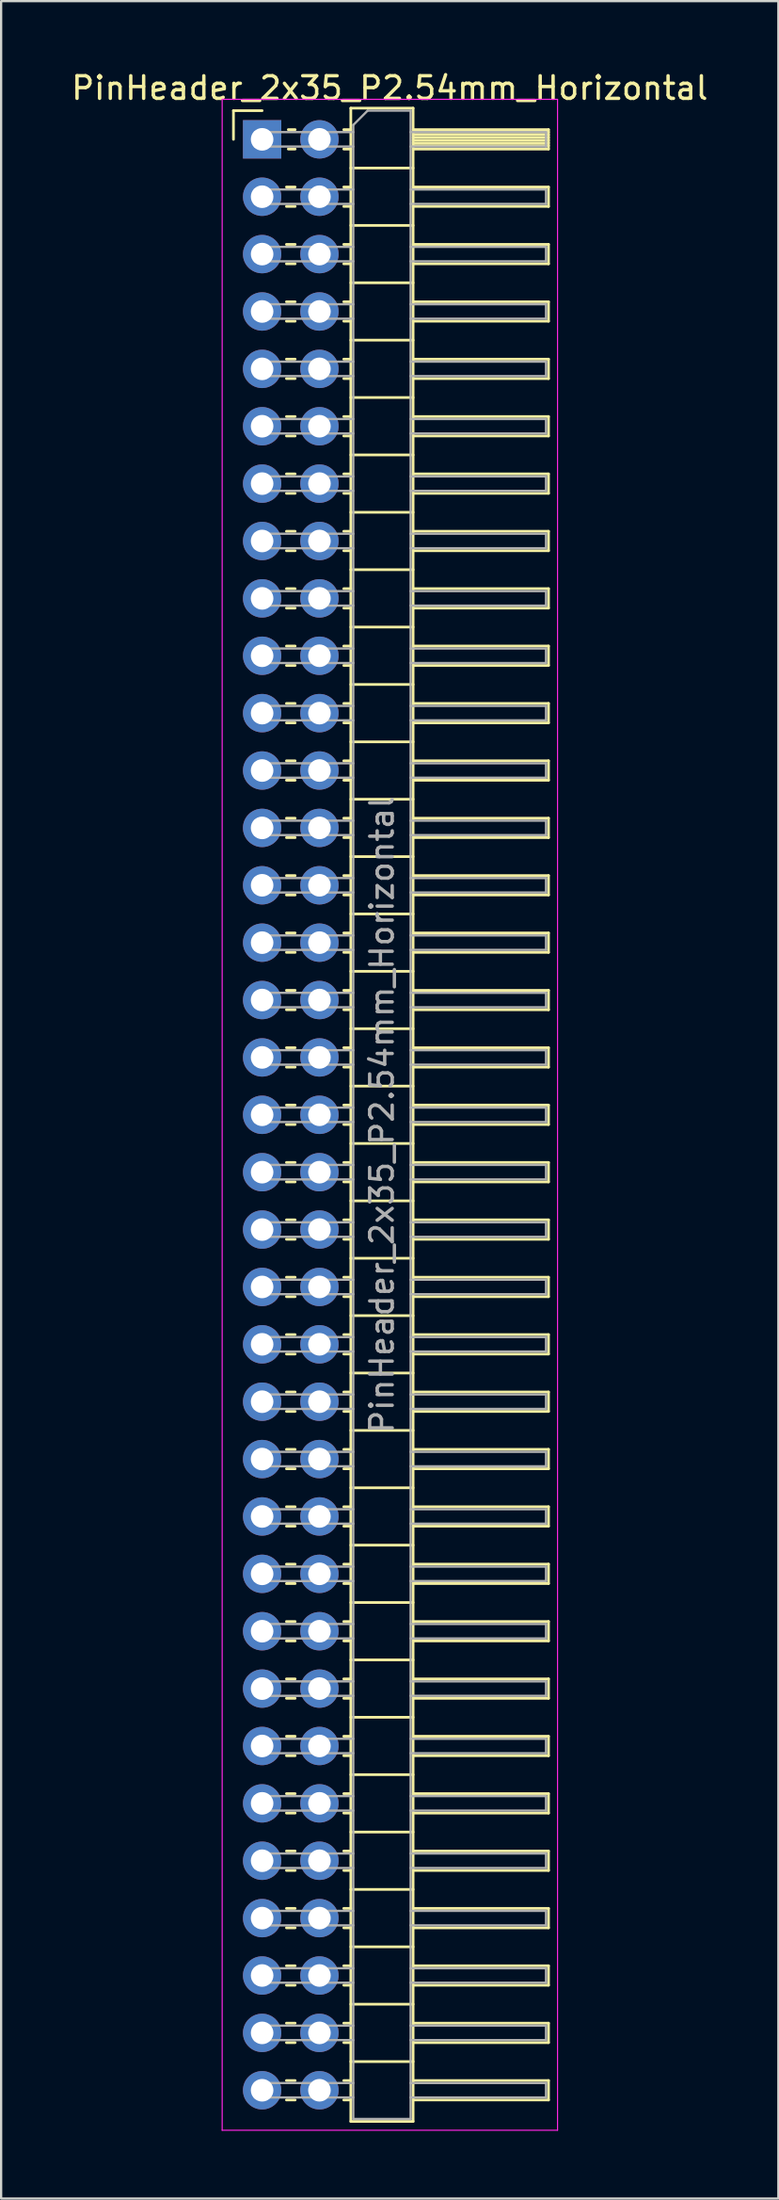
<source format=kicad_pcb>
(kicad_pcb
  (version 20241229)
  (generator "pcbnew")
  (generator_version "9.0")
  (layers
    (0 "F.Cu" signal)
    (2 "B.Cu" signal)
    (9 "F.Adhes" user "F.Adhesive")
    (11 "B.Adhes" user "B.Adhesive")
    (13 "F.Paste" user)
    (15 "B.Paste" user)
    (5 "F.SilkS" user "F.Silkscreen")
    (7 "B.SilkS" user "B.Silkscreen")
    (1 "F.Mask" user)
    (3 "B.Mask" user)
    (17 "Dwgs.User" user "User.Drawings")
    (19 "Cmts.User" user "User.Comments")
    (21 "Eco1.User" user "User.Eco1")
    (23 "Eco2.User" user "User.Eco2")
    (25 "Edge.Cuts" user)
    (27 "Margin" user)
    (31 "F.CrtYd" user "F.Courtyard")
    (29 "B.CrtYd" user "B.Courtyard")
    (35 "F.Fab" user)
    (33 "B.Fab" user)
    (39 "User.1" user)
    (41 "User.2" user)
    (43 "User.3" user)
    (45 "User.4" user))
  (footprint "PinHeader_2x35_P2.54mm_Horizontal"
    (layer "F.Cu")
    (at 8.565 3.118)
    (property "Reference" "PinHeader_2x35_P2.54mm_Horizontal" (at 5.655 -2.27 0) (layer "F.SilkS") (effects (font (size 1 1) (thickness 0.15))))
    (attr through_hole)
    (fp_line (start -1.27 -1.27) (end 0 -1.27) (stroke (width 0.12) (type solid)) (layer "F.SilkS"))
    (fp_line (start -1.27 0) (end -1.27 -1.27) (stroke (width 0.12) (type solid)) (layer "F.SilkS"))
    (fp_line (start 1.077 2.11) (end 1.463 2.11) (stroke (width 0.12) (type solid)) (layer "F.SilkS"))
    (fp_line (start 1.077 2.97) (end 1.463 2.97) (stroke (width 0.12) (type solid)) (layer "F.SilkS"))
    (fp_line (start 1.077 4.65) (end 1.463 4.65) (stroke (width 0.12) (type solid)) (layer "F.SilkS"))
    (fp_line (start 1.077 5.51) (end 1.463 5.51) (stroke (width 0.12) (type solid)) (layer "F.SilkS"))
    (fp_line (start 1.077 7.19) (end 1.463 7.19) (stroke (width 0.12) (type solid)) (layer "F.SilkS"))
    (fp_line (start 1.077 8.05) (end 1.463 8.05) (stroke (width 0.12) (type solid)) (layer "F.SilkS"))
    (fp_line (start 1.077 9.73) (end 1.463 9.73) (stroke (width 0.12) (type solid)) (layer "F.SilkS"))
    (fp_line (start 1.077 10.59) (end 1.463 10.59) (stroke (width 0.12) (type solid)) (layer "F.SilkS"))
    (fp_line (start 1.077 12.27) (end 1.463 12.27) (stroke (width 0.12) (type solid)) (layer "F.SilkS"))
    (fp_line (start 1.077 13.13) (end 1.463 13.13) (stroke (width 0.12) (type solid)) (layer "F.SilkS"))
    (fp_line (start 1.077 14.81) (end 1.463 14.81) (stroke (width 0.12) (type solid)) (layer "F.SilkS"))
    (fp_line (start 1.077 15.67) (end 1.463 15.67) (stroke (width 0.12) (type solid)) (layer "F.SilkS"))
    (fp_line (start 1.077 17.35) (end 1.463 17.35) (stroke (width 0.12) (type solid)) (layer "F.SilkS"))
    (fp_line (start 1.077 18.21) (end 1.463 18.21) (stroke (width 0.12) (type solid)) (layer "F.SilkS"))
    (fp_line (start 1.077 19.89) (end 1.463 19.89) (stroke (width 0.12) (type solid)) (layer "F.SilkS"))
    (fp_line (start 1.077 20.75) (end 1.463 20.75) (stroke (width 0.12) (type solid)) (layer "F.SilkS"))
    (fp_line (start 1.077 22.43) (end 1.463 22.43) (stroke (width 0.12) (type solid)) (layer "F.SilkS"))
    (fp_line (start 1.077 23.29) (end 1.463 23.29) (stroke (width 0.12) (type solid)) (layer "F.SilkS"))
    (fp_line (start 1.077 24.97) (end 1.463 24.97) (stroke (width 0.12) (type solid)) (layer "F.SilkS"))
    (fp_line (start 1.077 25.83) (end 1.463 25.83) (stroke (width 0.12) (type solid)) (layer "F.SilkS"))
    (fp_line (start 1.077 27.51) (end 1.463 27.51) (stroke (width 0.12) (type solid)) (layer "F.SilkS"))
    (fp_line (start 1.077 28.37) (end 1.463 28.37) (stroke (width 0.12) (type solid)) (layer "F.SilkS"))
    (fp_line (start 1.077 30.05) (end 1.463 30.05) (stroke (width 0.12) (type solid)) (layer "F.SilkS"))
    (fp_line (start 1.077 30.91) (end 1.463 30.91) (stroke (width 0.12) (type solid)) (layer "F.SilkS"))
    (fp_line (start 1.077 32.59) (end 1.463 32.59) (stroke (width 0.12) (type solid)) (layer "F.SilkS"))
    (fp_line (start 1.077 33.45) (end 1.463 33.45) (stroke (width 0.12) (type solid)) (layer "F.SilkS"))
    (fp_line (start 1.077 35.13) (end 1.463 35.13) (stroke (width 0.12) (type solid)) (layer "F.SilkS"))
    (fp_line (start 1.077 35.99) (end 1.463 35.99) (stroke (width 0.12) (type solid)) (layer "F.SilkS"))
    (fp_line (start 1.077 37.67) (end 1.463 37.67) (stroke (width 0.12) (type solid)) (layer "F.SilkS"))
    (fp_line (start 1.077 38.53) (end 1.463 38.53) (stroke (width 0.12) (type solid)) (layer "F.SilkS"))
    (fp_line (start 1.077 40.21) (end 1.463 40.21) (stroke (width 0.12) (type solid)) (layer "F.SilkS"))
    (fp_line (start 1.077 41.07) (end 1.463 41.07) (stroke (width 0.12) (type solid)) (layer "F.SilkS"))
    (fp_line (start 1.077 42.75) (end 1.463 42.75) (stroke (width 0.12) (type solid)) (layer "F.SilkS"))
    (fp_line (start 1.077 43.61) (end 1.463 43.61) (stroke (width 0.12) (type solid)) (layer "F.SilkS"))
    (fp_line (start 1.077 45.29) (end 1.463 45.29) (stroke (width 0.12) (type solid)) (layer "F.SilkS"))
    (fp_line (start 1.077 46.15) (end 1.463 46.15) (stroke (width 0.12) (type solid)) (layer "F.SilkS"))
    (fp_line (start 1.077 47.83) (end 1.463 47.83) (stroke (width 0.12) (type solid)) (layer "F.SilkS"))
    (fp_line (start 1.077 48.69) (end 1.463 48.69) (stroke (width 0.12) (type solid)) (layer "F.SilkS"))
    (fp_line (start 1.077 50.37) (end 1.463 50.37) (stroke (width 0.12) (type solid)) (layer "F.SilkS"))
    (fp_line (start 1.077 51.23) (end 1.463 51.23) (stroke (width 0.12) (type solid)) (layer "F.SilkS"))
    (fp_line (start 1.077 52.91) (end 1.463 52.91) (stroke (width 0.12) (type solid)) (layer "F.SilkS"))
    (fp_line (start 1.077 53.77) (end 1.463 53.77) (stroke (width 0.12) (type solid)) (layer "F.SilkS"))
    (fp_line (start 1.077 55.45) (end 1.463 55.45) (stroke (width 0.12) (type solid)) (layer "F.SilkS"))
    (fp_line (start 1.077 56.31) (end 1.463 56.31) (stroke (width 0.12) (type solid)) (layer "F.SilkS"))
    (fp_line (start 1.077 57.99) (end 1.463 57.99) (stroke (width 0.12) (type solid)) (layer "F.SilkS"))
    (fp_line (start 1.077 58.85) (end 1.463 58.85) (stroke (width 0.12) (type solid)) (layer "F.SilkS"))
    (fp_line (start 1.077 60.53) (end 1.463 60.53) (stroke (width 0.12) (type solid)) (layer "F.SilkS"))
    (fp_line (start 1.077 61.39) (end 1.463 61.39) (stroke (width 0.12) (type solid)) (layer "F.SilkS"))
    (fp_line (start 1.077 63.07) (end 1.463 63.07) (stroke (width 0.12) (type solid)) (layer "F.SilkS"))
    (fp_line (start 1.077 63.93) (end 1.463 63.93) (stroke (width 0.12) (type solid)) (layer "F.SilkS"))
    (fp_line (start 1.077 65.61) (end 1.463 65.61) (stroke (width 0.12) (type solid)) (layer "F.SilkS"))
    (fp_line (start 1.077 66.47) (end 1.463 66.47) (stroke (width 0.12) (type solid)) (layer "F.SilkS"))
    (fp_line (start 1.077 68.15) (end 1.463 68.15) (stroke (width 0.12) (type solid)) (layer "F.SilkS"))
    (fp_line (start 1.077 69.01) (end 1.463 69.01) (stroke (width 0.12) (type solid)) (layer "F.SilkS"))
    (fp_line (start 1.077 70.69) (end 1.463 70.69) (stroke (width 0.12) (type solid)) (layer "F.SilkS"))
    (fp_line (start 1.077 71.55) (end 1.463 71.55) (stroke (width 0.12) (type solid)) (layer "F.SilkS"))
    (fp_line (start 1.077 73.23) (end 1.463 73.23) (stroke (width 0.12) (type solid)) (layer "F.SilkS"))
    (fp_line (start 1.077 74.09) (end 1.463 74.09) (stroke (width 0.12) (type solid)) (layer "F.SilkS"))
    (fp_line (start 1.077 75.77) (end 1.463 75.77) (stroke (width 0.12) (type solid)) (layer "F.SilkS"))
    (fp_line (start 1.077 76.63) (end 1.463 76.63) (stroke (width 0.12) (type solid)) (layer "F.SilkS"))
    (fp_line (start 1.077 78.31) (end 1.463 78.31) (stroke (width 0.12) (type solid)) (layer "F.SilkS"))
    (fp_line (start 1.077 79.17) (end 1.463 79.17) (stroke (width 0.12) (type solid)) (layer "F.SilkS"))
    (fp_line (start 1.077 80.85) (end 1.463 80.85) (stroke (width 0.12) (type solid)) (layer "F.SilkS"))
    (fp_line (start 1.077 81.71) (end 1.463 81.71) (stroke (width 0.12) (type solid)) (layer "F.SilkS"))
    (fp_line (start 1.077 83.39) (end 1.463 83.39) (stroke (width 0.12) (type solid)) (layer "F.SilkS"))
    (fp_line (start 1.077 84.25) (end 1.463 84.25) (stroke (width 0.12) (type solid)) (layer "F.SilkS"))
    (fp_line (start 1.077 85.93) (end 1.463 85.93) (stroke (width 0.12) (type solid)) (layer "F.SilkS"))
    (fp_line (start 1.077 86.79) (end 1.463 86.79) (stroke (width 0.12) (type solid)) (layer "F.SilkS"))
    (fp_line (start 1.16 -0.43) (end 1.463 -0.43) (stroke (width 0.12) (type solid)) (layer "F.SilkS"))
    (fp_line (start 1.16 0.43) (end 1.463 0.43) (stroke (width 0.12) (type solid)) (layer "F.SilkS"))
    (fp_line (start 3.617 -0.43) (end 3.93 -0.43) (stroke (width 0.12) (type solid)) (layer "F.SilkS"))
    (fp_line (start 3.617 0.43) (end 3.93 0.43) (stroke (width 0.12) (type solid)) (layer "F.SilkS"))
    (fp_line (start 3.617 2.11) (end 3.93 2.11) (stroke (width 0.12) (type solid)) (layer "F.SilkS"))
    (fp_line (start 3.617 2.97) (end 3.93 2.97) (stroke (width 0.12) (type solid)) (layer "F.SilkS"))
    (fp_line (start 3.617 4.65) (end 3.93 4.65) (stroke (width 0.12) (type solid)) (layer "F.SilkS"))
    (fp_line (start 3.617 5.51) (end 3.93 5.51) (stroke (width 0.12) (type solid)) (layer "F.SilkS"))
    (fp_line (start 3.617 7.19) (end 3.93 7.19) (stroke (width 0.12) (type solid)) (layer "F.SilkS"))
    (fp_line (start 3.617 8.05) (end 3.93 8.05) (stroke (width 0.12) (type solid)) (layer "F.SilkS"))
    (fp_line (start 3.617 9.73) (end 3.93 9.73) (stroke (width 0.12) (type solid)) (layer "F.SilkS"))
    (fp_line (start 3.617 10.59) (end 3.93 10.59) (stroke (width 0.12) (type solid)) (layer "F.SilkS"))
    (fp_line (start 3.617 12.27) (end 3.93 12.27) (stroke (width 0.12) (type solid)) (layer "F.SilkS"))
    (fp_line (start 3.617 13.13) (end 3.93 13.13) (stroke (width 0.12) (type solid)) (layer "F.SilkS"))
    (fp_line (start 3.617 14.81) (end 3.93 14.81) (stroke (width 0.12) (type solid)) (layer "F.SilkS"))
    (fp_line (start 3.617 15.67) (end 3.93 15.67) (stroke (width 0.12) (type solid)) (layer "F.SilkS"))
    (fp_line (start 3.617 17.35) (end 3.93 17.35) (stroke (width 0.12) (type solid)) (layer "F.SilkS"))
    (fp_line (start 3.617 18.21) (end 3.93 18.21) (stroke (width 0.12) (type solid)) (layer "F.SilkS"))
    (fp_line (start 3.617 19.89) (end 3.93 19.89) (stroke (width 0.12) (type solid)) (layer "F.SilkS"))
    (fp_line (start 3.617 20.75) (end 3.93 20.75) (stroke (width 0.12) (type solid)) (layer "F.SilkS"))
    (fp_line (start 3.617 22.43) (end 3.93 22.43) (stroke (width 0.12) (type solid)) (layer "F.SilkS"))
    (fp_line (start 3.617 23.29) (end 3.93 23.29) (stroke (width 0.12) (type solid)) (layer "F.SilkS"))
    (fp_line (start 3.617 24.97) (end 3.93 24.97) (stroke (width 0.12) (type solid)) (layer "F.SilkS"))
    (fp_line (start 3.617 25.83) (end 3.93 25.83) (stroke (width 0.12) (type solid)) (layer "F.SilkS"))
    (fp_line (start 3.617 27.51) (end 3.93 27.51) (stroke (width 0.12) (type solid)) (layer "F.SilkS"))
    (fp_line (start 3.617 28.37) (end 3.93 28.37) (stroke (width 0.12) (type solid)) (layer "F.SilkS"))
    (fp_line (start 3.617 30.05) (end 3.93 30.05) (stroke (width 0.12) (type solid)) (layer "F.SilkS"))
    (fp_line (start 3.617 30.91) (end 3.93 30.91) (stroke (width 0.12) (type solid)) (layer "F.SilkS"))
    (fp_line (start 3.617 32.59) (end 3.93 32.59) (stroke (width 0.12) (type solid)) (layer "F.SilkS"))
    (fp_line (start 3.617 33.45) (end 3.93 33.45) (stroke (width 0.12) (type solid)) (layer "F.SilkS"))
    (fp_line (start 3.617 35.13) (end 3.93 35.13) (stroke (width 0.12) (type solid)) (layer "F.SilkS"))
    (fp_line (start 3.617 35.99) (end 3.93 35.99) (stroke (width 0.12) (type solid)) (layer "F.SilkS"))
    (fp_line (start 3.617 37.67) (end 3.93 37.67) (stroke (width 0.12) (type solid)) (layer "F.SilkS"))
    (fp_line (start 3.617 38.53) (end 3.93 38.53) (stroke (width 0.12) (type solid)) (layer "F.SilkS"))
    (fp_line (start 3.617 40.21) (end 3.93 40.21) (stroke (width 0.12) (type solid)) (layer "F.SilkS"))
    (fp_line (start 3.617 41.07) (end 3.93 41.07) (stroke (width 0.12) (type solid)) (layer "F.SilkS"))
    (fp_line (start 3.617 42.75) (end 3.93 42.75) (stroke (width 0.12) (type solid)) (layer "F.SilkS"))
    (fp_line (start 3.617 43.61) (end 3.93 43.61) (stroke (width 0.12) (type solid)) (layer "F.SilkS"))
    (fp_line (start 3.617 45.29) (end 3.93 45.29) (stroke (width 0.12) (type solid)) (layer "F.SilkS"))
    (fp_line (start 3.617 46.15) (end 3.93 46.15) (stroke (width 0.12) (type solid)) (layer "F.SilkS"))
    (fp_line (start 3.617 47.83) (end 3.93 47.83) (stroke (width 0.12) (type solid)) (layer "F.SilkS"))
    (fp_line (start 3.617 48.69) (end 3.93 48.69) (stroke (width 0.12) (type solid)) (layer "F.SilkS"))
    (fp_line (start 3.617 50.37) (end 3.93 50.37) (stroke (width 0.12) (type solid)) (layer "F.SilkS"))
    (fp_line (start 3.617 51.23) (end 3.93 51.23) (stroke (width 0.12) (type solid)) (layer "F.SilkS"))
    (fp_line (start 3.617 52.91) (end 3.93 52.91) (stroke (width 0.12) (type solid)) (layer "F.SilkS"))
    (fp_line (start 3.617 53.77) (end 3.93 53.77) (stroke (width 0.12) (type solid)) (layer "F.SilkS"))
    (fp_line (start 3.617 55.45) (end 3.93 55.45) (stroke (width 0.12) (type solid)) (layer "F.SilkS"))
    (fp_line (start 3.617 56.31) (end 3.93 56.31) (stroke (width 0.12) (type solid)) (layer "F.SilkS"))
    (fp_line (start 3.617 57.99) (end 3.93 57.99) (stroke (width 0.12) (type solid)) (layer "F.SilkS"))
    (fp_line (start 3.617 58.85) (end 3.93 58.85) (stroke (width 0.12) (type solid)) (layer "F.SilkS"))
    (fp_line (start 3.617 60.53) (end 3.93 60.53) (stroke (width 0.12) (type solid)) (layer "F.SilkS"))
    (fp_line (start 3.617 61.39) (end 3.93 61.39) (stroke (width 0.12) (type solid)) (layer "F.SilkS"))
    (fp_line (start 3.617 63.07) (end 3.93 63.07) (stroke (width 0.12) (type solid)) (layer "F.SilkS"))
    (fp_line (start 3.617 63.93) (end 3.93 63.93) (stroke (width 0.12) (type solid)) (layer "F.SilkS"))
    (fp_line (start 3.617 65.61) (end 3.93 65.61) (stroke (width 0.12) (type solid)) (layer "F.SilkS"))
    (fp_line (start 3.617 66.47) (end 3.93 66.47) (stroke (width 0.12) (type solid)) (layer "F.SilkS"))
    (fp_line (start 3.617 68.15) (end 3.93 68.15) (stroke (width 0.12) (type solid)) (layer "F.SilkS"))
    (fp_line (start 3.617 69.01) (end 3.93 69.01) (stroke (width 0.12) (type solid)) (layer "F.SilkS"))
    (fp_line (start 3.617 70.69) (end 3.93 70.69) (stroke (width 0.12) (type solid)) (layer "F.SilkS"))
    (fp_line (start 3.617 71.55) (end 3.93 71.55) (stroke (width 0.12) (type solid)) (layer "F.SilkS"))
    (fp_line (start 3.617 73.23) (end 3.93 73.23) (stroke (width 0.12) (type solid)) (layer "F.SilkS"))
    (fp_line (start 3.617 74.09) (end 3.93 74.09) (stroke (width 0.12) (type solid)) (layer "F.SilkS"))
    (fp_line (start 3.617 75.77) (end 3.93 75.77) (stroke (width 0.12) (type solid)) (layer "F.SilkS"))
    (fp_line (start 3.617 76.63) (end 3.93 76.63) (stroke (width 0.12) (type solid)) (layer "F.SilkS"))
    (fp_line (start 3.617 78.31) (end 3.93 78.31) (stroke (width 0.12) (type solid)) (layer "F.SilkS"))
    (fp_line (start 3.617 79.17) (end 3.93 79.17) (stroke (width 0.12) (type solid)) (layer "F.SilkS"))
    (fp_line (start 3.617 80.85) (end 3.93 80.85) (stroke (width 0.12) (type solid)) (layer "F.SilkS"))
    (fp_line (start 3.617 81.71) (end 3.93 81.71) (stroke (width 0.12) (type solid)) (layer "F.SilkS"))
    (fp_line (start 3.617 83.39) (end 3.93 83.39) (stroke (width 0.12) (type solid)) (layer "F.SilkS"))
    (fp_line (start 3.617 84.25) (end 3.93 84.25) (stroke (width 0.12) (type solid)) (layer "F.SilkS"))
    (fp_line (start 3.617 85.93) (end 3.93 85.93) (stroke (width 0.12) (type solid)) (layer "F.SilkS"))
    (fp_line (start 3.617 86.79) (end 3.93 86.79) (stroke (width 0.12) (type solid)) (layer "F.SilkS"))
    (fp_line (start 3.93 -1.38) (end 3.93 87.74) (stroke (width 0.12) (type solid)) (layer "F.SilkS"))
    (fp_line (start 3.93 1.27) (end 6.69 1.27) (stroke (width 0.12) (type solid)) (layer "F.SilkS"))
    (fp_line (start 3.93 3.81) (end 6.69 3.81) (stroke (width 0.12) (type solid)) (layer "F.SilkS"))
    (fp_line (start 3.93 6.35) (end 6.69 6.35) (stroke (width 0.12) (type solid)) (layer "F.SilkS"))
    (fp_line (start 3.93 8.89) (end 6.69 8.89) (stroke (width 0.12) (type solid)) (layer "F.SilkS"))
    (fp_line (start 3.93 11.43) (end 6.69 11.43) (stroke (width 0.12) (type solid)) (layer "F.SilkS"))
    (fp_line (start 3.93 13.97) (end 6.69 13.97) (stroke (width 0.12) (type solid)) (layer "F.SilkS"))
    (fp_line (start 3.93 16.51) (end 6.69 16.51) (stroke (width 0.12) (type solid)) (layer "F.SilkS"))
    (fp_line (start 3.93 19.05) (end 6.69 19.05) (stroke (width 0.12) (type solid)) (layer "F.SilkS"))
    (fp_line (start 3.93 21.59) (end 6.69 21.59) (stroke (width 0.12) (type solid)) (layer "F.SilkS"))
    (fp_line (start 3.93 24.13) (end 6.69 24.13) (stroke (width 0.12) (type solid)) (layer "F.SilkS"))
    (fp_line (start 3.93 26.67) (end 6.69 26.67) (stroke (width 0.12) (type solid)) (layer "F.SilkS"))
    (fp_line (start 3.93 29.21) (end 6.69 29.21) (stroke (width 0.12) (type solid)) (layer "F.SilkS"))
    (fp_line (start 3.93 31.75) (end 6.69 31.75) (stroke (width 0.12) (type solid)) (layer "F.SilkS"))
    (fp_line (start 3.93 34.29) (end 6.69 34.29) (stroke (width 0.12) (type solid)) (layer "F.SilkS"))
    (fp_line (start 3.93 36.83) (end 6.69 36.83) (stroke (width 0.12) (type solid)) (layer "F.SilkS"))
    (fp_line (start 3.93 39.37) (end 6.69 39.37) (stroke (width 0.12) (type solid)) (layer "F.SilkS"))
    (fp_line (start 3.93 41.91) (end 6.69 41.91) (stroke (width 0.12) (type solid)) (layer "F.SilkS"))
    (fp_line (start 3.93 44.45) (end 6.69 44.45) (stroke (width 0.12) (type solid)) (layer "F.SilkS"))
    (fp_line (start 3.93 46.99) (end 6.69 46.99) (stroke (width 0.12) (type solid)) (layer "F.SilkS"))
    (fp_line (start 3.93 49.53) (end 6.69 49.53) (stroke (width 0.12) (type solid)) (layer "F.SilkS"))
    (fp_line (start 3.93 52.07) (end 6.69 52.07) (stroke (width 0.12) (type solid)) (layer "F.SilkS"))
    (fp_line (start 3.93 54.61) (end 6.69 54.61) (stroke (width 0.12) (type solid)) (layer "F.SilkS"))
    (fp_line (start 3.93 57.15) (end 6.69 57.15) (stroke (width 0.12) (type solid)) (layer "F.SilkS"))
    (fp_line (start 3.93 59.69) (end 6.69 59.69) (stroke (width 0.12) (type solid)) (layer "F.SilkS"))
    (fp_line (start 3.93 62.23) (end 6.69 62.23) (stroke (width 0.12) (type solid)) (layer "F.SilkS"))
    (fp_line (start 3.93 64.77) (end 6.69 64.77) (stroke (width 0.12) (type solid)) (layer "F.SilkS"))
    (fp_line (start 3.93 67.31) (end 6.69 67.31) (stroke (width 0.12) (type solid)) (layer "F.SilkS"))
    (fp_line (start 3.93 69.85) (end 6.69 69.85) (stroke (width 0.12) (type solid)) (layer "F.SilkS"))
    (fp_line (start 3.93 72.39) (end 6.69 72.39) (stroke (width 0.12) (type solid)) (layer "F.SilkS"))
    (fp_line (start 3.93 74.93) (end 6.69 74.93) (stroke (width 0.12) (type solid)) (layer "F.SilkS"))
    (fp_line (start 3.93 77.47) (end 6.69 77.47) (stroke (width 0.12) (type solid)) (layer "F.SilkS"))
    (fp_line (start 3.93 80.01) (end 6.69 80.01) (stroke (width 0.12) (type solid)) (layer "F.SilkS"))
    (fp_line (start 3.93 82.55) (end 6.69 82.55) (stroke (width 0.12) (type solid)) (layer "F.SilkS"))
    (fp_line (start 3.93 85.09) (end 6.69 85.09) (stroke (width 0.12) (type solid)) (layer "F.SilkS"))
    (fp_line (start 3.93 87.74) (end 6.69 87.74) (stroke (width 0.12) (type solid)) (layer "F.SilkS"))
    (fp_line (start 6.69 -1.38) (end 3.93 -1.38) (stroke (width 0.12) (type solid)) (layer "F.SilkS"))
    (fp_line (start 6.69 -0.43) (end 12.69 -0.43) (stroke (width 0.12) (type solid)) (layer "F.SilkS"))
    (fp_line (start 6.69 -0.32) (end 12.69 -0.32) (stroke (width 0.12) (type solid)) (layer "F.SilkS"))
    (fp_line (start 6.69 -0.2) (end 12.69 -0.2) (stroke (width 0.12) (type solid)) (layer "F.SilkS"))
    (fp_line (start 6.69 -0.08) (end 12.69 -0.08) (stroke (width 0.12) (type solid)) (layer "F.SilkS"))
    (fp_line (start 6.69 0.04) (end 12.69 0.04) (stroke (width 0.12) (type solid)) (layer "F.SilkS"))
    (fp_line (start 6.69 0.16) (end 12.69 0.16) (stroke (width 0.12) (type solid)) (layer "F.SilkS"))
    (fp_line (start 6.69 0.28) (end 12.69 0.28) (stroke (width 0.12) (type solid)) (layer "F.SilkS"))
    (fp_line (start 6.69 2.11) (end 12.69 2.11) (stroke (width 0.12) (type solid)) (layer "F.SilkS"))
    (fp_line (start 6.69 4.65) (end 12.69 4.65) (stroke (width 0.12) (type solid)) (layer "F.SilkS"))
    (fp_line (start 6.69 7.19) (end 12.69 7.19) (stroke (width 0.12) (type solid)) (layer "F.SilkS"))
    (fp_line (start 6.69 9.73) (end 12.69 9.73) (stroke (width 0.12) (type solid)) (layer "F.SilkS"))
    (fp_line (start 6.69 12.27) (end 12.69 12.27) (stroke (width 0.12) (type solid)) (layer "F.SilkS"))
    (fp_line (start 6.69 14.81) (end 12.69 14.81) (stroke (width 0.12) (type solid)) (layer "F.SilkS"))
    (fp_line (start 6.69 17.35) (end 12.69 17.35) (stroke (width 0.12) (type solid)) (layer "F.SilkS"))
    (fp_line (start 6.69 19.89) (end 12.69 19.89) (stroke (width 0.12) (type solid)) (layer "F.SilkS"))
    (fp_line (start 6.69 22.43) (end 12.69 22.43) (stroke (width 0.12) (type solid)) (layer "F.SilkS"))
    (fp_line (start 6.69 24.97) (end 12.69 24.97) (stroke (width 0.12) (type solid)) (layer "F.SilkS"))
    (fp_line (start 6.69 27.51) (end 12.69 27.51) (stroke (width 0.12) (type solid)) (layer "F.SilkS"))
    (fp_line (start 6.69 30.05) (end 12.69 30.05) (stroke (width 0.12) (type solid)) (layer "F.SilkS"))
    (fp_line (start 6.69 32.59) (end 12.69 32.59) (stroke (width 0.12) (type solid)) (layer "F.SilkS"))
    (fp_line (start 6.69 35.13) (end 12.69 35.13) (stroke (width 0.12) (type solid)) (layer "F.SilkS"))
    (fp_line (start 6.69 37.67) (end 12.69 37.67) (stroke (width 0.12) (type solid)) (layer "F.SilkS"))
    (fp_line (start 6.69 40.21) (end 12.69 40.21) (stroke (width 0.12) (type solid)) (layer "F.SilkS"))
    (fp_line (start 6.69 42.75) (end 12.69 42.75) (stroke (width 0.12) (type solid)) (layer "F.SilkS"))
    (fp_line (start 6.69 45.29) (end 12.69 45.29) (stroke (width 0.12) (type solid)) (layer "F.SilkS"))
    (fp_line (start 6.69 47.83) (end 12.69 47.83) (stroke (width 0.12) (type solid)) (layer "F.SilkS"))
    (fp_line (start 6.69 50.37) (end 12.69 50.37) (stroke (width 0.12) (type solid)) (layer "F.SilkS"))
    (fp_line (start 6.69 52.91) (end 12.69 52.91) (stroke (width 0.12) (type solid)) (layer "F.SilkS"))
    (fp_line (start 6.69 55.45) (end 12.69 55.45) (stroke (width 0.12) (type solid)) (layer "F.SilkS"))
    (fp_line (start 6.69 57.99) (end 12.69 57.99) (stroke (width 0.12) (type solid)) (layer "F.SilkS"))
    (fp_line (start 6.69 60.53) (end 12.69 60.53) (stroke (width 0.12) (type solid)) (layer "F.SilkS"))
    (fp_line (start 6.69 63.07) (end 12.69 63.07) (stroke (width 0.12) (type solid)) (layer "F.SilkS"))
    (fp_line (start 6.69 65.61) (end 12.69 65.61) (stroke (width 0.12) (type solid)) (layer "F.SilkS"))
    (fp_line (start 6.69 68.15) (end 12.69 68.15) (stroke (width 0.12) (type solid)) (layer "F.SilkS"))
    (fp_line (start 6.69 70.69) (end 12.69 70.69) (stroke (width 0.12) (type solid)) (layer "F.SilkS"))
    (fp_line (start 6.69 73.23) (end 12.69 73.23) (stroke (width 0.12) (type solid)) (layer "F.SilkS"))
    (fp_line (start 6.69 75.77) (end 12.69 75.77) (stroke (width 0.12) (type solid)) (layer "F.SilkS"))
    (fp_line (start 6.69 78.31) (end 12.69 78.31) (stroke (width 0.12) (type solid)) (layer "F.SilkS"))
    (fp_line (start 6.69 80.85) (end 12.69 80.85) (stroke (width 0.12) (type solid)) (layer "F.SilkS"))
    (fp_line (start 6.69 83.39) (end 12.69 83.39) (stroke (width 0.12) (type solid)) (layer "F.SilkS"))
    (fp_line (start 6.69 85.93) (end 12.69 85.93) (stroke (width 0.12) (type solid)) (layer "F.SilkS"))
    (fp_line (start 6.69 87.74) (end 6.69 -1.38) (stroke (width 0.12) (type solid)) (layer "F.SilkS"))
    (fp_line (start 12.69 -0.43) (end 12.69 0.43) (stroke (width 0.12) (type solid)) (layer "F.SilkS"))
    (fp_line (start 12.69 0.43) (end 6.69 0.43) (stroke (width 0.12) (type solid)) (layer "F.SilkS"))
    (fp_line (start 12.69 2.11) (end 12.69 2.97) (stroke (width 0.12) (type solid)) (layer "F.SilkS"))
    (fp_line (start 12.69 2.97) (end 6.69 2.97) (stroke (width 0.12) (type solid)) (layer "F.SilkS"))
    (fp_line (start 12.69 4.65) (end 12.69 5.51) (stroke (width 0.12) (type solid)) (layer "F.SilkS"))
    (fp_line (start 12.69 5.51) (end 6.69 5.51) (stroke (width 0.12) (type solid)) (layer "F.SilkS"))
    (fp_line (start 12.69 7.19) (end 12.69 8.05) (stroke (width 0.12) (type solid)) (layer "F.SilkS"))
    (fp_line (start 12.69 8.05) (end 6.69 8.05) (stroke (width 0.12) (type solid)) (layer "F.SilkS"))
    (fp_line (start 12.69 9.73) (end 12.69 10.59) (stroke (width 0.12) (type solid)) (layer "F.SilkS"))
    (fp_line (start 12.69 10.59) (end 6.69 10.59) (stroke (width 0.12) (type solid)) (layer "F.SilkS"))
    (fp_line (start 12.69 12.27) (end 12.69 13.13) (stroke (width 0.12) (type solid)) (layer "F.SilkS"))
    (fp_line (start 12.69 13.13) (end 6.69 13.13) (stroke (width 0.12) (type solid)) (layer "F.SilkS"))
    (fp_line (start 12.69 14.81) (end 12.69 15.67) (stroke (width 0.12) (type solid)) (layer "F.SilkS"))
    (fp_line (start 12.69 15.67) (end 6.69 15.67) (stroke (width 0.12) (type solid)) (layer "F.SilkS"))
    (fp_line (start 12.69 17.35) (end 12.69 18.21) (stroke (width 0.12) (type solid)) (layer "F.SilkS"))
    (fp_line (start 12.69 18.21) (end 6.69 18.21) (stroke (width 0.12) (type solid)) (layer "F.SilkS"))
    (fp_line (start 12.69 19.89) (end 12.69 20.75) (stroke (width 0.12) (type solid)) (layer "F.SilkS"))
    (fp_line (start 12.69 20.75) (end 6.69 20.75) (stroke (width 0.12) (type solid)) (layer "F.SilkS"))
    (fp_line (start 12.69 22.43) (end 12.69 23.29) (stroke (width 0.12) (type solid)) (layer "F.SilkS"))
    (fp_line (start 12.69 23.29) (end 6.69 23.29) (stroke (width 0.12) (type solid)) (layer "F.SilkS"))
    (fp_line (start 12.69 24.97) (end 12.69 25.83) (stroke (width 0.12) (type solid)) (layer "F.SilkS"))
    (fp_line (start 12.69 25.83) (end 6.69 25.83) (stroke (width 0.12) (type solid)) (layer "F.SilkS"))
    (fp_line (start 12.69 27.51) (end 12.69 28.37) (stroke (width 0.12) (type solid)) (layer "F.SilkS"))
    (fp_line (start 12.69 28.37) (end 6.69 28.37) (stroke (width 0.12) (type solid)) (layer "F.SilkS"))
    (fp_line (start 12.69 30.05) (end 12.69 30.91) (stroke (width 0.12) (type solid)) (layer "F.SilkS"))
    (fp_line (start 12.69 30.91) (end 6.69 30.91) (stroke (width 0.12) (type solid)) (layer "F.SilkS"))
    (fp_line (start 12.69 32.59) (end 12.69 33.45) (stroke (width 0.12) (type solid)) (layer "F.SilkS"))
    (fp_line (start 12.69 33.45) (end 6.69 33.45) (stroke (width 0.12) (type solid)) (layer "F.SilkS"))
    (fp_line (start 12.69 35.13) (end 12.69 35.99) (stroke (width 0.12) (type solid)) (layer "F.SilkS"))
    (fp_line (start 12.69 35.99) (end 6.69 35.99) (stroke (width 0.12) (type solid)) (layer "F.SilkS"))
    (fp_line (start 12.69 37.67) (end 12.69 38.53) (stroke (width 0.12) (type solid)) (layer "F.SilkS"))
    (fp_line (start 12.69 38.53) (end 6.69 38.53) (stroke (width 0.12) (type solid)) (layer "F.SilkS"))
    (fp_line (start 12.69 40.21) (end 12.69 41.07) (stroke (width 0.12) (type solid)) (layer "F.SilkS"))
    (fp_line (start 12.69 41.07) (end 6.69 41.07) (stroke (width 0.12) (type solid)) (layer "F.SilkS"))
    (fp_line (start 12.69 42.75) (end 12.69 43.61) (stroke (width 0.12) (type solid)) (layer "F.SilkS"))
    (fp_line (start 12.69 43.61) (end 6.69 43.61) (stroke (width 0.12) (type solid)) (layer "F.SilkS"))
    (fp_line (start 12.69 45.29) (end 12.69 46.15) (stroke (width 0.12) (type solid)) (layer "F.SilkS"))
    (fp_line (start 12.69 46.15) (end 6.69 46.15) (stroke (width 0.12) (type solid)) (layer "F.SilkS"))
    (fp_line (start 12.69 47.83) (end 12.69 48.69) (stroke (width 0.12) (type solid)) (layer "F.SilkS"))
    (fp_line (start 12.69 48.69) (end 6.69 48.69) (stroke (width 0.12) (type solid)) (layer "F.SilkS"))
    (fp_line (start 12.69 50.37) (end 12.69 51.23) (stroke (width 0.12) (type solid)) (layer "F.SilkS"))
    (fp_line (start 12.69 51.23) (end 6.69 51.23) (stroke (width 0.12) (type solid)) (layer "F.SilkS"))
    (fp_line (start 12.69 52.91) (end 12.69 53.77) (stroke (width 0.12) (type solid)) (layer "F.SilkS"))
    (fp_line (start 12.69 53.77) (end 6.69 53.77) (stroke (width 0.12) (type solid)) (layer "F.SilkS"))
    (fp_line (start 12.69 55.45) (end 12.69 56.31) (stroke (width 0.12) (type solid)) (layer "F.SilkS"))
    (fp_line (start 12.69 56.31) (end 6.69 56.31) (stroke (width 0.12) (type solid)) (layer "F.SilkS"))
    (fp_line (start 12.69 57.99) (end 12.69 58.85) (stroke (width 0.12) (type solid)) (layer "F.SilkS"))
    (fp_line (start 12.69 58.85) (end 6.69 58.85) (stroke (width 0.12) (type solid)) (layer "F.SilkS"))
    (fp_line (start 12.69 60.53) (end 12.69 61.39) (stroke (width 0.12) (type solid)) (layer "F.SilkS"))
    (fp_line (start 12.69 61.39) (end 6.69 61.39) (stroke (width 0.12) (type solid)) (layer "F.SilkS"))
    (fp_line (start 12.69 63.07) (end 12.69 63.93) (stroke (width 0.12) (type solid)) (layer "F.SilkS"))
    (fp_line (start 12.69 63.93) (end 6.69 63.93) (stroke (width 0.12) (type solid)) (layer "F.SilkS"))
    (fp_line (start 12.69 65.61) (end 12.69 66.47) (stroke (width 0.12) (type solid)) (layer "F.SilkS"))
    (fp_line (start 12.69 66.47) (end 6.69 66.47) (stroke (width 0.12) (type solid)) (layer "F.SilkS"))
    (fp_line (start 12.69 68.15) (end 12.69 69.01) (stroke (width 0.12) (type solid)) (layer "F.SilkS"))
    (fp_line (start 12.69 69.01) (end 6.69 69.01) (stroke (width 0.12) (type solid)) (layer "F.SilkS"))
    (fp_line (start 12.69 70.69) (end 12.69 71.55) (stroke (width 0.12) (type solid)) (layer "F.SilkS"))
    (fp_line (start 12.69 71.55) (end 6.69 71.55) (stroke (width 0.12) (type solid)) (layer "F.SilkS"))
    (fp_line (start 12.69 73.23) (end 12.69 74.09) (stroke (width 0.12) (type solid)) (layer "F.SilkS"))
    (fp_line (start 12.69 74.09) (end 6.69 74.09) (stroke (width 0.12) (type solid)) (layer "F.SilkS"))
    (fp_line (start 12.69 75.77) (end 12.69 76.63) (stroke (width 0.12) (type solid)) (layer "F.SilkS"))
    (fp_line (start 12.69 76.63) (end 6.69 76.63) (stroke (width 0.12) (type solid)) (layer "F.SilkS"))
    (fp_line (start 12.69 78.31) (end 12.69 79.17) (stroke (width 0.12) (type solid)) (layer "F.SilkS"))
    (fp_line (start 12.69 79.17) (end 6.69 79.17) (stroke (width 0.12) (type solid)) (layer "F.SilkS"))
    (fp_line (start 12.69 80.85) (end 12.69 81.71) (stroke (width 0.12) (type solid)) (layer "F.SilkS"))
    (fp_line (start 12.69 81.71) (end 6.69 81.71) (stroke (width 0.12) (type solid)) (layer "F.SilkS"))
    (fp_line (start 12.69 83.39) (end 12.69 84.25) (stroke (width 0.12) (type solid)) (layer "F.SilkS"))
    (fp_line (start 12.69 84.25) (end 6.69 84.25) (stroke (width 0.12) (type solid)) (layer "F.SilkS"))
    (fp_line (start 12.69 85.93) (end 12.69 86.79) (stroke (width 0.12) (type solid)) (layer "F.SilkS"))
    (fp_line (start 12.69 86.79) (end 6.69 86.79) (stroke (width 0.12) (type solid)) (layer "F.SilkS"))
    (fp_line (start -1.77 -1.77) (end -1.77 88.13) (stroke (width 0.05) (type solid)) (layer "F.CrtYd"))
    (fp_line (start -1.77 88.13) (end 13.09 88.13) (stroke (width 0.05) (type solid)) (layer "F.CrtYd"))
    (fp_line (start 13.09 -1.77) (end -1.77 -1.77) (stroke (width 0.05) (type solid)) (layer "F.CrtYd"))
    (fp_line (start 13.09 88.13) (end 13.09 -1.77) (stroke (width 0.05) (type solid)) (layer "F.CrtYd"))
    (fp_line (start -0.32 -0.32) (end -0.32 0.32) (stroke (width 0.1) (type solid)) (layer "F.Fab"))
    (fp_line (start -0.32 -0.32) (end 4.04 -0.32) (stroke (width 0.1) (type solid)) (layer "F.Fab"))
    (fp_line (start -0.32 0.32) (end 4.04 0.32) (stroke (width 0.1) (type solid)) (layer "F.Fab"))
    (fp_line (start -0.32 2.22) (end -0.32 2.86) (stroke (width 0.1) (type solid)) (layer "F.Fab"))
    (fp_line (start -0.32 2.22) (end 4.04 2.22) (stroke (width 0.1) (type solid)) (layer "F.Fab"))
    (fp_line (start -0.32 2.86) (end 4.04 2.86) (stroke (width 0.1) (type solid)) (layer "F.Fab"))
    (fp_line (start -0.32 4.76) (end -0.32 5.4) (stroke (width 0.1) (type solid)) (layer "F.Fab"))
    (fp_line (start -0.32 4.76) (end 4.04 4.76) (stroke (width 0.1) (type solid)) (layer "F.Fab"))
    (fp_line (start -0.32 5.4) (end 4.04 5.4) (stroke (width 0.1) (type solid)) (layer "F.Fab"))
    (fp_line (start -0.32 7.3) (end -0.32 7.94) (stroke (width 0.1) (type solid)) (layer "F.Fab"))
    (fp_line (start -0.32 7.3) (end 4.04 7.3) (stroke (width 0.1) (type solid)) (layer "F.Fab"))
    (fp_line (start -0.32 7.94) (end 4.04 7.94) (stroke (width 0.1) (type solid)) (layer "F.Fab"))
    (fp_line (start -0.32 9.84) (end -0.32 10.48) (stroke (width 0.1) (type solid)) (layer "F.Fab"))
    (fp_line (start -0.32 9.84) (end 4.04 9.84) (stroke (width 0.1) (type solid)) (layer "F.Fab"))
    (fp_line (start -0.32 10.48) (end 4.04 10.48) (stroke (width 0.1) (type solid)) (layer "F.Fab"))
    (fp_line (start -0.32 12.38) (end -0.32 13.02) (stroke (width 0.1) (type solid)) (layer "F.Fab"))
    (fp_line (start -0.32 12.38) (end 4.04 12.38) (stroke (width 0.1) (type solid)) (layer "F.Fab"))
    (fp_line (start -0.32 13.02) (end 4.04 13.02) (stroke (width 0.1) (type solid)) (layer "F.Fab"))
    (fp_line (start -0.32 14.92) (end -0.32 15.56) (stroke (width 0.1) (type solid)) (layer "F.Fab"))
    (fp_line (start -0.32 14.92) (end 4.04 14.92) (stroke (width 0.1) (type solid)) (layer "F.Fab"))
    (fp_line (start -0.32 15.56) (end 4.04 15.56) (stroke (width 0.1) (type solid)) (layer "F.Fab"))
    (fp_line (start -0.32 17.46) (end -0.32 18.1) (stroke (width 0.1) (type solid)) (layer "F.Fab"))
    (fp_line (start -0.32 17.46) (end 4.04 17.46) (stroke (width 0.1) (type solid)) (layer "F.Fab"))
    (fp_line (start -0.32 18.1) (end 4.04 18.1) (stroke (width 0.1) (type solid)) (layer "F.Fab"))
    (fp_line (start -0.32 20) (end -0.32 20.64) (stroke (width 0.1) (type solid)) (layer "F.Fab"))
    (fp_line (start -0.32 20) (end 4.04 20) (stroke (width 0.1) (type solid)) (layer "F.Fab"))
    (fp_line (start -0.32 20.64) (end 4.04 20.64) (stroke (width 0.1) (type solid)) (layer "F.Fab"))
    (fp_line (start -0.32 22.54) (end -0.32 23.18) (stroke (width 0.1) (type solid)) (layer "F.Fab"))
    (fp_line (start -0.32 22.54) (end 4.04 22.54) (stroke (width 0.1) (type solid)) (layer "F.Fab"))
    (fp_line (start -0.32 23.18) (end 4.04 23.18) (stroke (width 0.1) (type solid)) (layer "F.Fab"))
    (fp_line (start -0.32 25.08) (end -0.32 25.72) (stroke (width 0.1) (type solid)) (layer "F.Fab"))
    (fp_line (start -0.32 25.08) (end 4.04 25.08) (stroke (width 0.1) (type solid)) (layer "F.Fab"))
    (fp_line (start -0.32 25.72) (end 4.04 25.72) (stroke (width 0.1) (type solid)) (layer "F.Fab"))
    (fp_line (start -0.32 27.62) (end -0.32 28.26) (stroke (width 0.1) (type solid)) (layer "F.Fab"))
    (fp_line (start -0.32 27.62) (end 4.04 27.62) (stroke (width 0.1) (type solid)) (layer "F.Fab"))
    (fp_line (start -0.32 28.26) (end 4.04 28.26) (stroke (width 0.1) (type solid)) (layer "F.Fab"))
    (fp_line (start -0.32 30.16) (end -0.32 30.8) (stroke (width 0.1) (type solid)) (layer "F.Fab"))
    (fp_line (start -0.32 30.16) (end 4.04 30.16) (stroke (width 0.1) (type solid)) (layer "F.Fab"))
    (fp_line (start -0.32 30.8) (end 4.04 30.8) (stroke (width 0.1) (type solid)) (layer "F.Fab"))
    (fp_line (start -0.32 32.7) (end -0.32 33.34) (stroke (width 0.1) (type solid)) (layer "F.Fab"))
    (fp_line (start -0.32 32.7) (end 4.04 32.7) (stroke (width 0.1) (type solid)) (layer "F.Fab"))
    (fp_line (start -0.32 33.34) (end 4.04 33.34) (stroke (width 0.1) (type solid)) (layer "F.Fab"))
    (fp_line (start -0.32 35.24) (end -0.32 35.88) (stroke (width 0.1) (type solid)) (layer "F.Fab"))
    (fp_line (start -0.32 35.24) (end 4.04 35.24) (stroke (width 0.1) (type solid)) (layer "F.Fab"))
    (fp_line (start -0.32 35.88) (end 4.04 35.88) (stroke (width 0.1) (type solid)) (layer "F.Fab"))
    (fp_line (start -0.32 37.78) (end -0.32 38.42) (stroke (width 0.1) (type solid)) (layer "F.Fab"))
    (fp_line (start -0.32 37.78) (end 4.04 37.78) (stroke (width 0.1) (type solid)) (layer "F.Fab"))
    (fp_line (start -0.32 38.42) (end 4.04 38.42) (stroke (width 0.1) (type solid)) (layer "F.Fab"))
    (fp_line (start -0.32 40.32) (end -0.32 40.96) (stroke (width 0.1) (type solid)) (layer "F.Fab"))
    (fp_line (start -0.32 40.32) (end 4.04 40.32) (stroke (width 0.1) (type solid)) (layer "F.Fab"))
    (fp_line (start -0.32 40.96) (end 4.04 40.96) (stroke (width 0.1) (type solid)) (layer "F.Fab"))
    (fp_line (start -0.32 42.86) (end -0.32 43.5) (stroke (width 0.1) (type solid)) (layer "F.Fab"))
    (fp_line (start -0.32 42.86) (end 4.04 42.86) (stroke (width 0.1) (type solid)) (layer "F.Fab"))
    (fp_line (start -0.32 43.5) (end 4.04 43.5) (stroke (width 0.1) (type solid)) (layer "F.Fab"))
    (fp_line (start -0.32 45.4) (end -0.32 46.04) (stroke (width 0.1) (type solid)) (layer "F.Fab"))
    (fp_line (start -0.32 45.4) (end 4.04 45.4) (stroke (width 0.1) (type solid)) (layer "F.Fab"))
    (fp_line (start -0.32 46.04) (end 4.04 46.04) (stroke (width 0.1) (type solid)) (layer "F.Fab"))
    (fp_line (start -0.32 47.94) (end -0.32 48.58) (stroke (width 0.1) (type solid)) (layer "F.Fab"))
    (fp_line (start -0.32 47.94) (end 4.04 47.94) (stroke (width 0.1) (type solid)) (layer "F.Fab"))
    (fp_line (start -0.32 48.58) (end 4.04 48.58) (stroke (width 0.1) (type solid)) (layer "F.Fab"))
    (fp_line (start -0.32 50.48) (end -0.32 51.12) (stroke (width 0.1) (type solid)) (layer "F.Fab"))
    (fp_line (start -0.32 50.48) (end 4.04 50.48) (stroke (width 0.1) (type solid)) (layer "F.Fab"))
    (fp_line (start -0.32 51.12) (end 4.04 51.12) (stroke (width 0.1) (type solid)) (layer "F.Fab"))
    (fp_line (start -0.32 53.02) (end -0.32 53.66) (stroke (width 0.1) (type solid)) (layer "F.Fab"))
    (fp_line (start -0.32 53.02) (end 4.04 53.02) (stroke (width 0.1) (type solid)) (layer "F.Fab"))
    (fp_line (start -0.32 53.66) (end 4.04 53.66) (stroke (width 0.1) (type solid)) (layer "F.Fab"))
    (fp_line (start -0.32 55.56) (end -0.32 56.2) (stroke (width 0.1) (type solid)) (layer "F.Fab"))
    (fp_line (start -0.32 55.56) (end 4.04 55.56) (stroke (width 0.1) (type solid)) (layer "F.Fab"))
    (fp_line (start -0.32 56.2) (end 4.04 56.2) (stroke (width 0.1) (type solid)) (layer "F.Fab"))
    (fp_line (start -0.32 58.1) (end -0.32 58.74) (stroke (width 0.1) (type solid)) (layer "F.Fab"))
    (fp_line (start -0.32 58.1) (end 4.04 58.1) (stroke (width 0.1) (type solid)) (layer "F.Fab"))
    (fp_line (start -0.32 58.74) (end 4.04 58.74) (stroke (width 0.1) (type solid)) (layer "F.Fab"))
    (fp_line (start -0.32 60.64) (end -0.32 61.28) (stroke (width 0.1) (type solid)) (layer "F.Fab"))
    (fp_line (start -0.32 60.64) (end 4.04 60.64) (stroke (width 0.1) (type solid)) (layer "F.Fab"))
    (fp_line (start -0.32 61.28) (end 4.04 61.28) (stroke (width 0.1) (type solid)) (layer "F.Fab"))
    (fp_line (start -0.32 63.18) (end -0.32 63.82) (stroke (width 0.1) (type solid)) (layer "F.Fab"))
    (fp_line (start -0.32 63.18) (end 4.04 63.18) (stroke (width 0.1) (type solid)) (layer "F.Fab"))
    (fp_line (start -0.32 63.82) (end 4.04 63.82) (stroke (width 0.1) (type solid)) (layer "F.Fab"))
    (fp_line (start -0.32 65.72) (end -0.32 66.36) (stroke (width 0.1) (type solid)) (layer "F.Fab"))
    (fp_line (start -0.32 65.72) (end 4.04 65.72) (stroke (width 0.1) (type solid)) (layer "F.Fab"))
    (fp_line (start -0.32 66.36) (end 4.04 66.36) (stroke (width 0.1) (type solid)) (layer "F.Fab"))
    (fp_line (start -0.32 68.26) (end -0.32 68.9) (stroke (width 0.1) (type solid)) (layer "F.Fab"))
    (fp_line (start -0.32 68.26) (end 4.04 68.26) (stroke (width 0.1) (type solid)) (layer "F.Fab"))
    (fp_line (start -0.32 68.9) (end 4.04 68.9) (stroke (width 0.1) (type solid)) (layer "F.Fab"))
    (fp_line (start -0.32 70.8) (end -0.32 71.44) (stroke (width 0.1) (type solid)) (layer "F.Fab"))
    (fp_line (start -0.32 70.8) (end 4.04 70.8) (stroke (width 0.1) (type solid)) (layer "F.Fab"))
    (fp_line (start -0.32 71.44) (end 4.04 71.44) (stroke (width 0.1) (type solid)) (layer "F.Fab"))
    (fp_line (start -0.32 73.34) (end -0.32 73.98) (stroke (width 0.1) (type solid)) (layer "F.Fab"))
    (fp_line (start -0.32 73.34) (end 4.04 73.34) (stroke (width 0.1) (type solid)) (layer "F.Fab"))
    (fp_line (start -0.32 73.98) (end 4.04 73.98) (stroke (width 0.1) (type solid)) (layer "F.Fab"))
    (fp_line (start -0.32 75.88) (end -0.32 76.52) (stroke (width 0.1) (type solid)) (layer "F.Fab"))
    (fp_line (start -0.32 75.88) (end 4.04 75.88) (stroke (width 0.1) (type solid)) (layer "F.Fab"))
    (fp_line (start -0.32 76.52) (end 4.04 76.52) (stroke (width 0.1) (type solid)) (layer "F.Fab"))
    (fp_line (start -0.32 78.42) (end -0.32 79.06) (stroke (width 0.1) (type solid)) (layer "F.Fab"))
    (fp_line (start -0.32 78.42) (end 4.04 78.42) (stroke (width 0.1) (type solid)) (layer "F.Fab"))
    (fp_line (start -0.32 79.06) (end 4.04 79.06) (stroke (width 0.1) (type solid)) (layer "F.Fab"))
    (fp_line (start -0.32 80.96) (end -0.32 81.6) (stroke (width 0.1) (type solid)) (layer "F.Fab"))
    (fp_line (start -0.32 80.96) (end 4.04 80.96) (stroke (width 0.1) (type solid)) (layer "F.Fab"))
    (fp_line (start -0.32 81.6) (end 4.04 81.6) (stroke (width 0.1) (type solid)) (layer "F.Fab"))
    (fp_line (start -0.32 83.5) (end -0.32 84.14) (stroke (width 0.1) (type solid)) (layer "F.Fab"))
    (fp_line (start -0.32 83.5) (end 4.04 83.5) (stroke (width 0.1) (type solid)) (layer "F.Fab"))
    (fp_line (start -0.32 84.14) (end 4.04 84.14) (stroke (width 0.1) (type solid)) (layer "F.Fab"))
    (fp_line (start -0.32 86.04) (end -0.32 86.68) (stroke (width 0.1) (type solid)) (layer "F.Fab"))
    (fp_line (start -0.32 86.04) (end 4.04 86.04) (stroke (width 0.1) (type solid)) (layer "F.Fab"))
    (fp_line (start -0.32 86.68) (end 4.04 86.68) (stroke (width 0.1) (type solid)) (layer "F.Fab"))
    (fp_line (start 4.04 -0.635) (end 4.675 -1.27) (stroke (width 0.1) (type solid)) (layer "F.Fab"))
    (fp_line (start 4.04 87.63) (end 4.04 -0.635) (stroke (width 0.1) (type solid)) (layer "F.Fab"))
    (fp_line (start 4.675 -1.27) (end 6.58 -1.27) (stroke (width 0.1) (type solid)) (layer "F.Fab"))
    (fp_line (start 6.58 -1.27) (end 6.58 87.63) (stroke (width 0.1) (type solid)) (layer "F.Fab"))
    (fp_line (start 6.58 -0.32) (end 12.58 -0.32) (stroke (width 0.1) (type solid)) (layer "F.Fab"))
    (fp_line (start 6.58 0.32) (end 12.58 0.32) (stroke (width 0.1) (type solid)) (layer "F.Fab"))
    (fp_line (start 6.58 2.22) (end 12.58 2.22) (stroke (width 0.1) (type solid)) (layer "F.Fab"))
    (fp_line (start 6.58 2.86) (end 12.58 2.86) (stroke (width 0.1) (type solid)) (layer "F.Fab"))
    (fp_line (start 6.58 4.76) (end 12.58 4.76) (stroke (width 0.1) (type solid)) (layer "F.Fab"))
    (fp_line (start 6.58 5.4) (end 12.58 5.4) (stroke (width 0.1) (type solid)) (layer "F.Fab"))
    (fp_line (start 6.58 7.3) (end 12.58 7.3) (stroke (width 0.1) (type solid)) (layer "F.Fab"))
    (fp_line (start 6.58 7.94) (end 12.58 7.94) (stroke (width 0.1) (type solid)) (layer "F.Fab"))
    (fp_line (start 6.58 9.84) (end 12.58 9.84) (stroke (width 0.1) (type solid)) (layer "F.Fab"))
    (fp_line (start 6.58 10.48) (end 12.58 10.48) (stroke (width 0.1) (type solid)) (layer "F.Fab"))
    (fp_line (start 6.58 12.38) (end 12.58 12.38) (stroke (width 0.1) (type solid)) (layer "F.Fab"))
    (fp_line (start 6.58 13.02) (end 12.58 13.02) (stroke (width 0.1) (type solid)) (layer "F.Fab"))
    (fp_line (start 6.58 14.92) (end 12.58 14.92) (stroke (width 0.1) (type solid)) (layer "F.Fab"))
    (fp_line (start 6.58 15.56) (end 12.58 15.56) (stroke (width 0.1) (type solid)) (layer "F.Fab"))
    (fp_line (start 6.58 17.46) (end 12.58 17.46) (stroke (width 0.1) (type solid)) (layer "F.Fab"))
    (fp_line (start 6.58 18.1) (end 12.58 18.1) (stroke (width 0.1) (type solid)) (layer "F.Fab"))
    (fp_line (start 6.58 20) (end 12.58 20) (stroke (width 0.1) (type solid)) (layer "F.Fab"))
    (fp_line (start 6.58 20.64) (end 12.58 20.64) (stroke (width 0.1) (type solid)) (layer "F.Fab"))
    (fp_line (start 6.58 22.54) (end 12.58 22.54) (stroke (width 0.1) (type solid)) (layer "F.Fab"))
    (fp_line (start 6.58 23.18) (end 12.58 23.18) (stroke (width 0.1) (type solid)) (layer "F.Fab"))
    (fp_line (start 6.58 25.08) (end 12.58 25.08) (stroke (width 0.1) (type solid)) (layer "F.Fab"))
    (fp_line (start 6.58 25.72) (end 12.58 25.72) (stroke (width 0.1) (type solid)) (layer "F.Fab"))
    (fp_line (start 6.58 27.62) (end 12.58 27.62) (stroke (width 0.1) (type solid)) (layer "F.Fab"))
    (fp_line (start 6.58 28.26) (end 12.58 28.26) (stroke (width 0.1) (type solid)) (layer "F.Fab"))
    (fp_line (start 6.58 30.16) (end 12.58 30.16) (stroke (width 0.1) (type solid)) (layer "F.Fab"))
    (fp_line (start 6.58 30.8) (end 12.58 30.8) (stroke (width 0.1) (type solid)) (layer "F.Fab"))
    (fp_line (start 6.58 32.7) (end 12.58 32.7) (stroke (width 0.1) (type solid)) (layer "F.Fab"))
    (fp_line (start 6.58 33.34) (end 12.58 33.34) (stroke (width 0.1) (type solid)) (layer "F.Fab"))
    (fp_line (start 6.58 35.24) (end 12.58 35.24) (stroke (width 0.1) (type solid)) (layer "F.Fab"))
    (fp_line (start 6.58 35.88) (end 12.58 35.88) (stroke (width 0.1) (type solid)) (layer "F.Fab"))
    (fp_line (start 6.58 37.78) (end 12.58 37.78) (stroke (width 0.1) (type solid)) (layer "F.Fab"))
    (fp_line (start 6.58 38.42) (end 12.58 38.42) (stroke (width 0.1) (type solid)) (layer "F.Fab"))
    (fp_line (start 6.58 40.32) (end 12.58 40.32) (stroke (width 0.1) (type solid)) (layer "F.Fab"))
    (fp_line (start 6.58 40.96) (end 12.58 40.96) (stroke (width 0.1) (type solid)) (layer "F.Fab"))
    (fp_line (start 6.58 42.86) (end 12.58 42.86) (stroke (width 0.1) (type solid)) (layer "F.Fab"))
    (fp_line (start 6.58 43.5) (end 12.58 43.5) (stroke (width 0.1) (type solid)) (layer "F.Fab"))
    (fp_line (start 6.58 45.4) (end 12.58 45.4) (stroke (width 0.1) (type solid)) (layer "F.Fab"))
    (fp_line (start 6.58 46.04) (end 12.58 46.04) (stroke (width 0.1) (type solid)) (layer "F.Fab"))
    (fp_line (start 6.58 47.94) (end 12.58 47.94) (stroke (width 0.1) (type solid)) (layer "F.Fab"))
    (fp_line (start 6.58 48.58) (end 12.58 48.58) (stroke (width 0.1) (type solid)) (layer "F.Fab"))
    (fp_line (start 6.58 50.48) (end 12.58 50.48) (stroke (width 0.1) (type solid)) (layer "F.Fab"))
    (fp_line (start 6.58 51.12) (end 12.58 51.12) (stroke (width 0.1) (type solid)) (layer "F.Fab"))
    (fp_line (start 6.58 53.02) (end 12.58 53.02) (stroke (width 0.1) (type solid)) (layer "F.Fab"))
    (fp_line (start 6.58 53.66) (end 12.58 53.66) (stroke (width 0.1) (type solid)) (layer "F.Fab"))
    (fp_line (start 6.58 55.56) (end 12.58 55.56) (stroke (width 0.1) (type solid)) (layer "F.Fab"))
    (fp_line (start 6.58 56.2) (end 12.58 56.2) (stroke (width 0.1) (type solid)) (layer "F.Fab"))
    (fp_line (start 6.58 58.1) (end 12.58 58.1) (stroke (width 0.1) (type solid)) (layer "F.Fab"))
    (fp_line (start 6.58 58.74) (end 12.58 58.74) (stroke (width 0.1) (type solid)) (layer "F.Fab"))
    (fp_line (start 6.58 60.64) (end 12.58 60.64) (stroke (width 0.1) (type solid)) (layer "F.Fab"))
    (fp_line (start 6.58 61.28) (end 12.58 61.28) (stroke (width 0.1) (type solid)) (layer "F.Fab"))
    (fp_line (start 6.58 63.18) (end 12.58 63.18) (stroke (width 0.1) (type solid)) (layer "F.Fab"))
    (fp_line (start 6.58 63.82) (end 12.58 63.82) (stroke (width 0.1) (type solid)) (layer "F.Fab"))
    (fp_line (start 6.58 65.72) (end 12.58 65.72) (stroke (width 0.1) (type solid)) (layer "F.Fab"))
    (fp_line (start 6.58 66.36) (end 12.58 66.36) (stroke (width 0.1) (type solid)) (layer "F.Fab"))
    (fp_line (start 6.58 68.26) (end 12.58 68.26) (stroke (width 0.1) (type solid)) (layer "F.Fab"))
    (fp_line (start 6.58 68.9) (end 12.58 68.9) (stroke (width 0.1) (type solid)) (layer "F.Fab"))
    (fp_line (start 6.58 70.8) (end 12.58 70.8) (stroke (width 0.1) (type solid)) (layer "F.Fab"))
    (fp_line (start 6.58 71.44) (end 12.58 71.44) (stroke (width 0.1) (type solid)) (layer "F.Fab"))
    (fp_line (start 6.58 73.34) (end 12.58 73.34) (stroke (width 0.1) (type solid)) (layer "F.Fab"))
    (fp_line (start 6.58 73.98) (end 12.58 73.98) (stroke (width 0.1) (type solid)) (layer "F.Fab"))
    (fp_line (start 6.58 75.88) (end 12.58 75.88) (stroke (width 0.1) (type solid)) (layer "F.Fab"))
    (fp_line (start 6.58 76.52) (end 12.58 76.52) (stroke (width 0.1) (type solid)) (layer "F.Fab"))
    (fp_line (start 6.58 78.42) (end 12.58 78.42) (stroke (width 0.1) (type solid)) (layer "F.Fab"))
    (fp_line (start 6.58 79.06) (end 12.58 79.06) (stroke (width 0.1) (type solid)) (layer "F.Fab"))
    (fp_line (start 6.58 80.96) (end 12.58 80.96) (stroke (width 0.1) (type solid)) (layer "F.Fab"))
    (fp_line (start 6.58 81.6) (end 12.58 81.6) (stroke (width 0.1) (type solid)) (layer "F.Fab"))
    (fp_line (start 6.58 83.5) (end 12.58 83.5) (stroke (width 0.1) (type solid)) (layer "F.Fab"))
    (fp_line (start 6.58 84.14) (end 12.58 84.14) (stroke (width 0.1) (type solid)) (layer "F.Fab"))
    (fp_line (start 6.58 86.04) (end 12.58 86.04) (stroke (width 0.1) (type solid)) (layer "F.Fab"))
    (fp_line (start 6.58 86.68) (end 12.58 86.68) (stroke (width 0.1) (type solid)) (layer "F.Fab"))
    (fp_line (start 6.58 87.63) (end 4.04 87.63) (stroke (width 0.1) (type solid)) (layer "F.Fab"))
    (fp_line (start 12.58 -0.32) (end 12.58 0.32) (stroke (width 0.1) (type solid)) (layer "F.Fab"))
    (fp_line (start 12.58 2.22) (end 12.58 2.86) (stroke (width 0.1) (type solid)) (layer "F.Fab"))
    (fp_line (start 12.58 4.76) (end 12.58 5.4) (stroke (width 0.1) (type solid)) (layer "F.Fab"))
    (fp_line (start 12.58 7.3) (end 12.58 7.94) (stroke (width 0.1) (type solid)) (layer "F.Fab"))
    (fp_line (start 12.58 9.84) (end 12.58 10.48) (stroke (width 0.1) (type solid)) (layer "F.Fab"))
    (fp_line (start 12.58 12.38) (end 12.58 13.02) (stroke (width 0.1) (type solid)) (layer "F.Fab"))
    (fp_line (start 12.58 14.92) (end 12.58 15.56) (stroke (width 0.1) (type solid)) (layer "F.Fab"))
    (fp_line (start 12.58 17.46) (end 12.58 18.1) (stroke (width 0.1) (type solid)) (layer "F.Fab"))
    (fp_line (start 12.58 20) (end 12.58 20.64) (stroke (width 0.1) (type solid)) (layer "F.Fab"))
    (fp_line (start 12.58 22.54) (end 12.58 23.18) (stroke (width 0.1) (type solid)) (layer "F.Fab"))
    (fp_line (start 12.58 25.08) (end 12.58 25.72) (stroke (width 0.1) (type solid)) (layer "F.Fab"))
    (fp_line (start 12.58 27.62) (end 12.58 28.26) (stroke (width 0.1) (type solid)) (layer "F.Fab"))
    (fp_line (start 12.58 30.16) (end 12.58 30.8) (stroke (width 0.1) (type solid)) (layer "F.Fab"))
    (fp_line (start 12.58 32.7) (end 12.58 33.34) (stroke (width 0.1) (type solid)) (layer "F.Fab"))
    (fp_line (start 12.58 35.24) (end 12.58 35.88) (stroke (width 0.1) (type solid)) (layer "F.Fab"))
    (fp_line (start 12.58 37.78) (end 12.58 38.42) (stroke (width 0.1) (type solid)) (layer "F.Fab"))
    (fp_line (start 12.58 40.32) (end 12.58 40.96) (stroke (width 0.1) (type solid)) (layer "F.Fab"))
    (fp_line (start 12.58 42.86) (end 12.58 43.5) (stroke (width 0.1) (type solid)) (layer "F.Fab"))
    (fp_line (start 12.58 45.4) (end 12.58 46.04) (stroke (width 0.1) (type solid)) (layer "F.Fab"))
    (fp_line (start 12.58 47.94) (end 12.58 48.58) (stroke (width 0.1) (type solid)) (layer "F.Fab"))
    (fp_line (start 12.58 50.48) (end 12.58 51.12) (stroke (width 0.1) (type solid)) (layer "F.Fab"))
    (fp_line (start 12.58 53.02) (end 12.58 53.66) (stroke (width 0.1) (type solid)) (layer "F.Fab"))
    (fp_line (start 12.58 55.56) (end 12.58 56.2) (stroke (width 0.1) (type solid)) (layer "F.Fab"))
    (fp_line (start 12.58 58.1) (end 12.58 58.74) (stroke (width 0.1) (type solid)) (layer "F.Fab"))
    (fp_line (start 12.58 60.64) (end 12.58 61.28) (stroke (width 0.1) (type solid)) (layer "F.Fab"))
    (fp_line (start 12.58 63.18) (end 12.58 63.82) (stroke (width 0.1) (type solid)) (layer "F.Fab"))
    (fp_line (start 12.58 65.72) (end 12.58 66.36) (stroke (width 0.1) (type solid)) (layer "F.Fab"))
    (fp_line (start 12.58 68.26) (end 12.58 68.9) (stroke (width 0.1) (type solid)) (layer "F.Fab"))
    (fp_line (start 12.58 70.8) (end 12.58 71.44) (stroke (width 0.1) (type solid)) (layer "F.Fab"))
    (fp_line (start 12.58 73.34) (end 12.58 73.98) (stroke (width 0.1) (type solid)) (layer "F.Fab"))
    (fp_line (start 12.58 75.88) (end 12.58 76.52) (stroke (width 0.1) (type solid)) (layer "F.Fab"))
    (fp_line (start 12.58 78.42) (end 12.58 79.06) (stroke (width 0.1) (type solid)) (layer "F.Fab"))
    (fp_line (start 12.58 80.96) (end 12.58 81.6) (stroke (width 0.1) (type solid)) (layer "F.Fab"))
    (fp_line (start 12.58 83.5) (end 12.58 84.14) (stroke (width 0.1) (type solid)) (layer "F.Fab"))
    (fp_line (start 12.58 86.04) (end 12.58 86.68) (stroke (width 0.1) (type solid)) (layer "F.Fab"))
    (fp_text user "${REFERENCE}" (at 5.31 43.18 90) (layer "F.Fab") (effects (font (size 1 1) (thickness 0.15))))
    (pad "1" thru_hole rect (at 0 0) (size 1.7 1.7) (drill 1) (layers "*.Cu" "*.Mask"))
    (pad "2" thru_hole circle (at 2.54 0) (size 1.7 1.7) (drill 1) (layers "*.Cu" "*.Mask"))
    (pad "3" thru_hole circle (at 0 2.54) (size 1.7 1.7) (drill 1) (layers "*.Cu" "*.Mask"))
    (pad "4" thru_hole circle (at 2.54 2.54) (size 1.7 1.7) (drill 1) (layers "*.Cu" "*.Mask"))
    (pad "5" thru_hole circle (at 0 5.08) (size 1.7 1.7) (drill 1) (layers "*.Cu" "*.Mask"))
    (pad "6" thru_hole circle (at 2.54 5.08) (size 1.7 1.7) (drill 1) (layers "*.Cu" "*.Mask"))
    (pad "7" thru_hole circle (at 0 7.62) (size 1.7 1.7) (drill 1) (layers "*.Cu" "*.Mask"))
    (pad "8" thru_hole circle (at 2.54 7.62) (size 1.7 1.7) (drill 1) (layers "*.Cu" "*.Mask"))
    (pad "9" thru_hole circle (at 0 10.16) (size 1.7 1.7) (drill 1) (layers "*.Cu" "*.Mask"))
    (pad "10" thru_hole circle (at 2.54 10.16) (size 1.7 1.7) (drill 1) (layers "*.Cu" "*.Mask"))
    (pad "11" thru_hole circle (at 0 12.7) (size 1.7 1.7) (drill 1) (layers "*.Cu" "*.Mask"))
    (pad "12" thru_hole circle (at 2.54 12.7) (size 1.7 1.7) (drill 1) (layers "*.Cu" "*.Mask"))
    (pad "13" thru_hole circle (at 0 15.24) (size 1.7 1.7) (drill 1) (layers "*.Cu" "*.Mask"))
    (pad "14" thru_hole circle (at 2.54 15.24) (size 1.7 1.7) (drill 1) (layers "*.Cu" "*.Mask"))
    (pad "15" thru_hole circle (at 0 17.78) (size 1.7 1.7) (drill 1) (layers "*.Cu" "*.Mask"))
    (pad "16" thru_hole circle (at 2.54 17.78) (size 1.7 1.7) (drill 1) (layers "*.Cu" "*.Mask"))
    (pad "17" thru_hole circle (at 0 20.32) (size 1.7 1.7) (drill 1) (layers "*.Cu" "*.Mask"))
    (pad "18" thru_hole circle (at 2.54 20.32) (size 1.7 1.7) (drill 1) (layers "*.Cu" "*.Mask"))
    (pad "19" thru_hole circle (at 0 22.86) (size 1.7 1.7) (drill 1) (layers "*.Cu" "*.Mask"))
    (pad "20" thru_hole circle (at 2.54 22.86) (size 1.7 1.7) (drill 1) (layers "*.Cu" "*.Mask"))
    (pad "21" thru_hole circle (at 0 25.4) (size 1.7 1.7) (drill 1) (layers "*.Cu" "*.Mask"))
    (pad "22" thru_hole circle (at 2.54 25.4) (size 1.7 1.7) (drill 1) (layers "*.Cu" "*.Mask"))
    (pad "23" thru_hole circle (at 0 27.94) (size 1.7 1.7) (drill 1) (layers "*.Cu" "*.Mask"))
    (pad "24" thru_hole circle (at 2.54 27.94) (size 1.7 1.7) (drill 1) (layers "*.Cu" "*.Mask"))
    (pad "25" thru_hole circle (at 0 30.48) (size 1.7 1.7) (drill 1) (layers "*.Cu" "*.Mask"))
    (pad "26" thru_hole circle (at 2.54 30.48) (size 1.7 1.7) (drill 1) (layers "*.Cu" "*.Mask"))
    (pad "27" thru_hole circle (at 0 33.02) (size 1.7 1.7) (drill 1) (layers "*.Cu" "*.Mask"))
    (pad "28" thru_hole circle (at 2.54 33.02) (size 1.7 1.7) (drill 1) (layers "*.Cu" "*.Mask"))
    (pad "29" thru_hole circle (at 0 35.56) (size 1.7 1.7) (drill 1) (layers "*.Cu" "*.Mask"))
    (pad "30" thru_hole circle (at 2.54 35.56) (size 1.7 1.7) (drill 1) (layers "*.Cu" "*.Mask"))
    (pad "31" thru_hole circle (at 0 38.1) (size 1.7 1.7) (drill 1) (layers "*.Cu" "*.Mask"))
    (pad "32" thru_hole circle (at 2.54 38.1) (size 1.7 1.7) (drill 1) (layers "*.Cu" "*.Mask"))
    (pad "33" thru_hole circle (at 0 40.64) (size 1.7 1.7) (drill 1) (layers "*.Cu" "*.Mask"))
    (pad "34" thru_hole circle (at 2.54 40.64) (size 1.7 1.7) (drill 1) (layers "*.Cu" "*.Mask"))
    (pad "35" thru_hole circle (at 0 43.18) (size 1.7 1.7) (drill 1) (layers "*.Cu" "*.Mask"))
    (pad "36" thru_hole circle (at 2.54 43.18) (size 1.7 1.7) (drill 1) (layers "*.Cu" "*.Mask"))
    (pad "37" thru_hole circle (at 0 45.72) (size 1.7 1.7) (drill 1) (layers "*.Cu" "*.Mask"))
    (pad "38" thru_hole circle (at 2.54 45.72) (size 1.7 1.7) (drill 1) (layers "*.Cu" "*.Mask"))
    (pad "39" thru_hole circle (at 0 48.26) (size 1.7 1.7) (drill 1) (layers "*.Cu" "*.Mask"))
    (pad "40" thru_hole circle (at 2.54 48.26) (size 1.7 1.7) (drill 1) (layers "*.Cu" "*.Mask"))
    (pad "41" thru_hole circle (at 0 50.8) (size 1.7 1.7) (drill 1) (layers "*.Cu" "*.Mask"))
    (pad "42" thru_hole circle (at 2.54 50.8) (size 1.7 1.7) (drill 1) (layers "*.Cu" "*.Mask"))
    (pad "43" thru_hole circle (at 0 53.34) (size 1.7 1.7) (drill 1) (layers "*.Cu" "*.Mask"))
    (pad "44" thru_hole circle (at 2.54 53.34) (size 1.7 1.7) (drill 1) (layers "*.Cu" "*.Mask"))
    (pad "45" thru_hole circle (at 0 55.88) (size 1.7 1.7) (drill 1) (layers "*.Cu" "*.Mask"))
    (pad "46" thru_hole circle (at 2.54 55.88) (size 1.7 1.7) (drill 1) (layers "*.Cu" "*.Mask"))
    (pad "47" thru_hole circle (at 0 58.42) (size 1.7 1.7) (drill 1) (layers "*.Cu" "*.Mask"))
    (pad "48" thru_hole circle (at 2.54 58.42) (size 1.7 1.7) (drill 1) (layers "*.Cu" "*.Mask"))
    (pad "49" thru_hole circle (at 0 60.96) (size 1.7 1.7) (drill 1) (layers "*.Cu" "*.Mask"))
    (pad "50" thru_hole circle (at 2.54 60.96) (size 1.7 1.7) (drill 1) (layers "*.Cu" "*.Mask"))
    (pad "51" thru_hole circle (at 0 63.5) (size 1.7 1.7) (drill 1) (layers "*.Cu" "*.Mask"))
    (pad "52" thru_hole circle (at 2.54 63.5) (size 1.7 1.7) (drill 1) (layers "*.Cu" "*.Mask"))
    (pad "53" thru_hole circle (at 0 66.04) (size 1.7 1.7) (drill 1) (layers "*.Cu" "*.Mask"))
    (pad "54" thru_hole circle (at 2.54 66.04) (size 1.7 1.7) (drill 1) (layers "*.Cu" "*.Mask"))
    (pad "55" thru_hole circle (at 0 68.58) (size 1.7 1.7) (drill 1) (layers "*.Cu" "*.Mask"))
    (pad "56" thru_hole circle (at 2.54 68.58) (size 1.7 1.7) (drill 1) (layers "*.Cu" "*.Mask"))
    (pad "57" thru_hole circle (at 0 71.12) (size 1.7 1.7) (drill 1) (layers "*.Cu" "*.Mask"))
    (pad "58" thru_hole circle (at 2.54 71.12) (size 1.7 1.7) (drill 1) (layers "*.Cu" "*.Mask"))
    (pad "59" thru_hole circle (at 0 73.66) (size 1.7 1.7) (drill 1) (layers "*.Cu" "*.Mask"))
    (pad "60" thru_hole circle (at 2.54 73.66) (size 1.7 1.7) (drill 1) (layers "*.Cu" "*.Mask"))
    (pad "61" thru_hole circle (at 0 76.2) (size 1.7 1.7) (drill 1) (layers "*.Cu" "*.Mask"))
    (pad "62" thru_hole circle (at 2.54 76.2) (size 1.7 1.7) (drill 1) (layers "*.Cu" "*.Mask"))
    (pad "63" thru_hole circle (at 0 78.74) (size 1.7 1.7) (drill 1) (layers "*.Cu" "*.Mask"))
    (pad "64" thru_hole circle (at 2.54 78.74) (size 1.7 1.7) (drill 1) (layers "*.Cu" "*.Mask"))
    (pad "65" thru_hole circle (at 0 81.28) (size 1.7 1.7) (drill 1) (layers "*.Cu" "*.Mask"))
    (pad "66" thru_hole circle (at 2.54 81.28) (size 1.7 1.7) (drill 1) (layers "*.Cu" "*.Mask"))
    (pad "67" thru_hole circle (at 0 83.82) (size 1.7 1.7) (drill 1) (layers "*.Cu" "*.Mask"))
    (pad "68" thru_hole circle (at 2.54 83.82) (size 1.7 1.7) (drill 1) (layers "*.Cu" "*.Mask"))
    (pad "69" thru_hole circle (at 0 86.36) (size 1.7 1.7) (drill 1) (layers "*.Cu" "*.Mask"))
    (pad "70" thru_hole circle (at 2.54 86.36) (size 1.7 1.7) (drill 1) (layers "*.Cu" "*.Mask")))
  (gr_rect
    (start -3 -3)
    (end 31.44 94.273)
    (stroke (width 0.1) (type default))
    (fill no)
    (layer "Edge.Cuts")))
</source>
